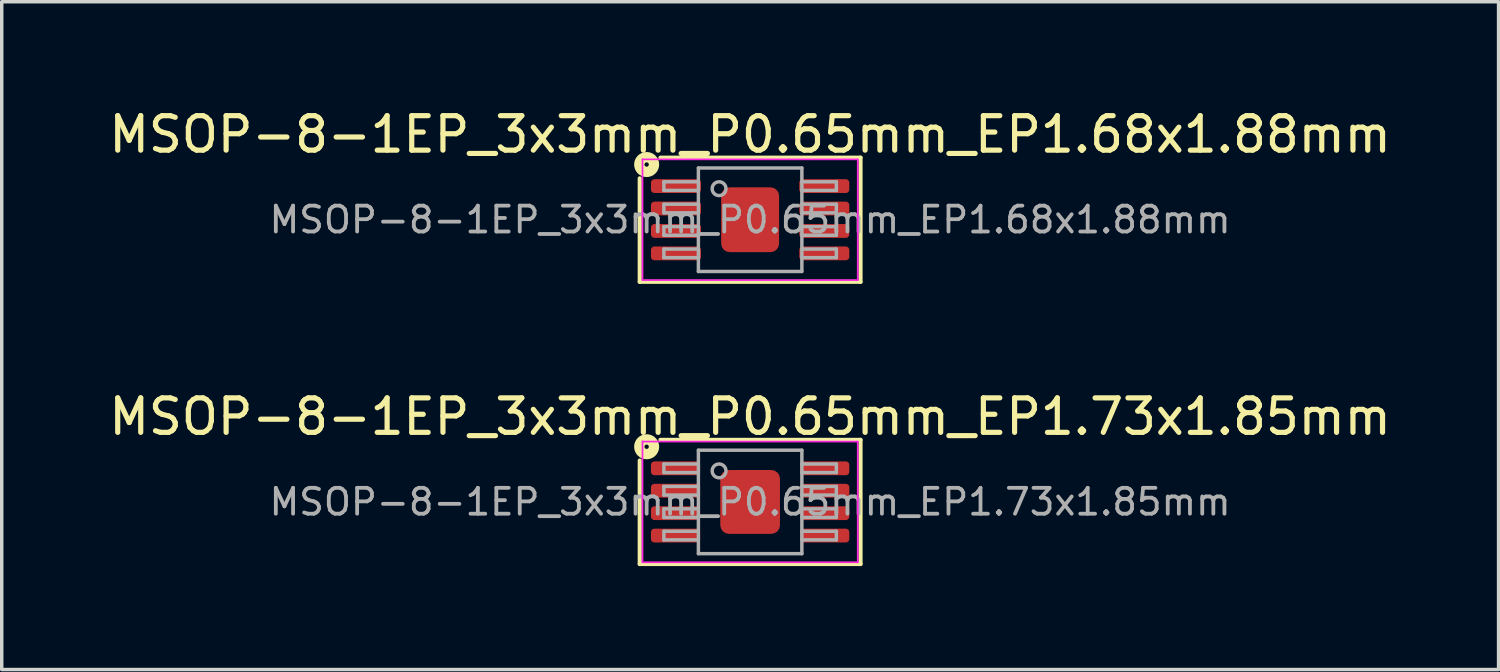
<source format=kicad_pcb>
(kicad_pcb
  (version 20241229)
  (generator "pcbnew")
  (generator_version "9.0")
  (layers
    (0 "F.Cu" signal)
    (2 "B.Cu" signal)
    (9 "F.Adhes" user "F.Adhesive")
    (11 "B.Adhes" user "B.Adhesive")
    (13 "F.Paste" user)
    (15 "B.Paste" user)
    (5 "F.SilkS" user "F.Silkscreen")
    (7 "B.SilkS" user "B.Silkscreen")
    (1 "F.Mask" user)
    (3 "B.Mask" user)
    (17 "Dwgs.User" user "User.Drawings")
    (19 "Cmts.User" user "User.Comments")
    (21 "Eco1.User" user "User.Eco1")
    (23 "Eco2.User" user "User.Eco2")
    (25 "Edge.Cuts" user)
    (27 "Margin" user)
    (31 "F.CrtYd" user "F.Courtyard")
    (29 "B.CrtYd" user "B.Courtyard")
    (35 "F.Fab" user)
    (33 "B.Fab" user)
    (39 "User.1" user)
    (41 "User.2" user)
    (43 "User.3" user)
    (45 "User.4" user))
  (footprint "MSOP-8-1EP_3x3mm_P0.65mm_EP1.68x1.88mm"
    (layer "F.Cu")
    (at 18.696 3.32)
    (property "Reference" "MSOP-8-1EP_3x3mm_P0.65mm_EP1.68x1.88mm" (at 0 -2.472 0) (layer "F.SilkS") (effects (font (size 1 1) (thickness 0.15))))
    (attr smd)
    (fp_line (start -3.2 1.8) (end -3.2 -1.2) (stroke (width 0.12) (type solid)) (layer "F.SilkS"))
    (fp_line (start -2.6 -1.8) (end 3.2 -1.8) (stroke (width 0.12) (type solid)) (layer "F.SilkS"))
    (fp_line (start 3.2 -1.8) (end 3.2 1.8) (stroke (width 0.12) (type solid)) (layer "F.SilkS"))
    (fp_line (start 3.2 1.8) (end -3.2 1.8) (stroke (width 0.12) (type solid)) (layer "F.SilkS"))
    (fp_circle (center -3 -1.6) (end -2.937 -1.6) (stroke (width 0.3) (type solid)) (fill no) (layer "F.SilkS"))
    (fp_line (start -3.12 -1.75) (end -3.12 1.75) (stroke (width 0.05) (type solid)) (layer "F.CrtYd"))
    (fp_line (start -3.12 1.75) (end 3.12 1.75) (stroke (width 0.05) (type solid)) (layer "F.CrtYd"))
    (fp_line (start 3.12 -1.75) (end -3.12 -1.75) (stroke (width 0.05) (type solid)) (layer "F.CrtYd"))
    (fp_line (start 3.12 1.75) (end 3.12 -1.75) (stroke (width 0.05) (type solid)) (layer "F.CrtYd"))
    (fp_line (start -2.5 -1.1) (end -2.5 -0.85) (stroke (width 0.1) (type solid)) (layer "F.Fab"))
    (fp_line (start -2.5 -1.1) (end -1.5 -1.1) (stroke (width 0.1) (type solid)) (layer "F.Fab"))
    (fp_line (start -2.5 -0.85) (end -1.5 -0.85) (stroke (width 0.1) (type solid)) (layer "F.Fab"))
    (fp_line (start -2.5 -0.45) (end -2.5 -0.2) (stroke (width 0.1) (type solid)) (layer "F.Fab"))
    (fp_line (start -2.5 -0.45) (end -1.5 -0.45) (stroke (width 0.1) (type solid)) (layer "F.Fab"))
    (fp_line (start -2.5 -0.2) (end -1.5 -0.2) (stroke (width 0.1) (type solid)) (layer "F.Fab"))
    (fp_line (start -2.5 0.2) (end -2.5 0.45) (stroke (width 0.1) (type solid)) (layer "F.Fab"))
    (fp_line (start -2.5 0.2) (end -1.5 0.2) (stroke (width 0.1) (type solid)) (layer "F.Fab"))
    (fp_line (start -2.5 0.45) (end -1.5 0.45) (stroke (width 0.1) (type solid)) (layer "F.Fab"))
    (fp_line (start -2.5 0.85) (end -2.5 1.1) (stroke (width 0.1) (type solid)) (layer "F.Fab"))
    (fp_line (start -2.5 0.85) (end -1.5 0.85) (stroke (width 0.1) (type solid)) (layer "F.Fab"))
    (fp_line (start -2.5 1.1) (end -1.5 1.1) (stroke (width 0.1) (type solid)) (layer "F.Fab"))
    (fp_line (start -1.5 -1.5) (end 1.5 -1.5) (stroke (width 0.1) (type solid)) (layer "F.Fab"))
    (fp_line (start -1.5 1.5) (end -1.5 -1.5) (stroke (width 0.1) (type solid)) (layer "F.Fab"))
    (fp_line (start 1.5 -1.5) (end 1.5 1.5) (stroke (width 0.1) (type solid)) (layer "F.Fab"))
    (fp_line (start 1.5 1.5) (end -1.5 1.5) (stroke (width 0.1) (type solid)) (layer "F.Fab"))
    (fp_line (start 2.5 -1.1) (end 1.5 -1.1) (stroke (width 0.1) (type solid)) (layer "F.Fab"))
    (fp_line (start 2.5 -0.85) (end 1.5 -0.85) (stroke (width 0.1) (type solid)) (layer "F.Fab"))
    (fp_line (start 2.5 -0.85) (end 2.5 -1.1) (stroke (width 0.1) (type solid)) (layer "F.Fab"))
    (fp_line (start 2.5 -0.45) (end 1.5 -0.45) (stroke (width 0.1) (type solid)) (layer "F.Fab"))
    (fp_line (start 2.5 -0.2) (end 1.5 -0.2) (stroke (width 0.1) (type solid)) (layer "F.Fab"))
    (fp_line (start 2.5 -0.2) (end 2.5 -0.45) (stroke (width 0.1) (type solid)) (layer "F.Fab"))
    (fp_line (start 2.5 0.2) (end 1.5 0.2) (stroke (width 0.1) (type solid)) (layer "F.Fab"))
    (fp_line (start 2.5 0.45) (end 1.5 0.45) (stroke (width 0.1) (type solid)) (layer "F.Fab"))
    (fp_line (start 2.5 0.45) (end 2.5 0.2) (stroke (width 0.1) (type solid)) (layer "F.Fab"))
    (fp_line (start 2.5 0.85) (end 1.5 0.85) (stroke (width 0.1) (type solid)) (layer "F.Fab"))
    (fp_line (start 2.5 1.1) (end 1.5 1.1) (stroke (width 0.1) (type solid)) (layer "F.Fab"))
    (fp_line (start 2.5 1.1) (end 2.5 0.85) (stroke (width 0.1) (type solid)) (layer "F.Fab"))
    (fp_circle (center -0.9 -0.9) (end -0.7 -0.9) (stroke (width 0.1) (type solid)) (fill no) (layer "F.Fab"))
    (fp_text user "${REFERENCE}" (at 0 0 0) (layer "F.Fab") (effects (font (size 0.75 0.75) (thickness 0.11))))
    (pad "" smd roundrect (at -0.42 -0.47) (size 0.68 0.76) (layers "F.Paste") (roundrect_rratio 0.25))
    (pad "" smd roundrect (at -0.42 0.47) (size 0.68 0.76) (layers "F.Paste") (roundrect_rratio 0.25))
    (pad "" smd roundrect (at 0.42 -0.47) (size 0.68 0.76) (layers "F.Paste") (roundrect_rratio 0.25))
    (pad "" smd roundrect (at 0.42 0.47) (size 0.68 0.76) (layers "F.Paste") (roundrect_rratio 0.25))
    (pad "1" smd roundrect (at -2.15 -0.975) (size 1.45 0.4) (layers "F.Cu" "F.Mask" "F.Paste") (roundrect_rratio 0.25))
    (pad "2" smd roundrect (at -2.15 -0.325) (size 1.45 0.4) (layers "F.Cu" "F.Mask" "F.Paste") (roundrect_rratio 0.25))
    (pad "3" smd roundrect (at -2.15 0.325) (size 1.45 0.4) (layers "F.Cu" "F.Mask" "F.Paste") (roundrect_rratio 0.25))
    (pad "4" smd roundrect (at -2.15 0.975) (size 1.45 0.4) (layers "F.Cu" "F.Mask" "F.Paste") (roundrect_rratio 0.25))
    (pad "5" smd roundrect (at 2.15 0.975) (size 1.45 0.4) (layers "F.Cu" "F.Mask" "F.Paste") (roundrect_rratio 0.25))
    (pad "6" smd roundrect (at 2.15 0.325) (size 1.45 0.4) (layers "F.Cu" "F.Mask" "F.Paste") (roundrect_rratio 0.25))
    (pad "7" smd roundrect (at 2.15 -0.325) (size 1.45 0.4) (layers "F.Cu" "F.Mask" "F.Paste") (roundrect_rratio 0.25))
    (pad "8" smd roundrect (at 2.15 -0.975) (size 1.45 0.4) (layers "F.Cu" "F.Mask" "F.Paste") (roundrect_rratio 0.25))
    (pad "9" smd roundrect (at 0 0) (size 1.68 1.88) (layers "F.Cu" "F.Mask") (roundrect_rratio 0.149)))
  (footprint "MSOP-8-1EP_3x3mm_P0.65mm_EP1.73x1.85mm"
    (layer "F.Cu")
    (at 18.696 11.501)
    (property "Reference" "MSOP-8-1EP_3x3mm_P0.65mm_EP1.73x1.85mm" (at 0 -2.472 0) (layer "F.SilkS") (effects (font (size 1 1) (thickness 0.15))))
    (attr smd)
    (fp_line (start -3.2 1.8) (end -3.2 -1.2) (stroke (width 0.12) (type solid)) (layer "F.SilkS"))
    (fp_line (start -2.6 -1.8) (end 3.2 -1.8) (stroke (width 0.12) (type solid)) (layer "F.SilkS"))
    (fp_line (start 3.2 -1.8) (end 3.2 1.8) (stroke (width 0.12) (type solid)) (layer "F.SilkS"))
    (fp_line (start 3.2 1.8) (end -3.2 1.8) (stroke (width 0.12) (type solid)) (layer "F.SilkS"))
    (fp_circle (center -3 -1.6) (end -2.937 -1.6) (stroke (width 0.3) (type solid)) (fill no) (layer "F.SilkS"))
    (fp_line (start -3.12 -1.75) (end -3.12 1.75) (stroke (width 0.05) (type solid)) (layer "F.CrtYd"))
    (fp_line (start -3.12 1.75) (end 3.12 1.75) (stroke (width 0.05) (type solid)) (layer "F.CrtYd"))
    (fp_line (start 3.12 -1.75) (end -3.12 -1.75) (stroke (width 0.05) (type solid)) (layer "F.CrtYd"))
    (fp_line (start 3.12 1.75) (end 3.12 -1.75) (stroke (width 0.05) (type solid)) (layer "F.CrtYd"))
    (fp_line (start -2.5 -1.1) (end -2.5 -0.85) (stroke (width 0.1) (type solid)) (layer "F.Fab"))
    (fp_line (start -2.5 -1.1) (end -1.5 -1.1) (stroke (width 0.1) (type solid)) (layer "F.Fab"))
    (fp_line (start -2.5 -0.85) (end -1.5 -0.85) (stroke (width 0.1) (type solid)) (layer "F.Fab"))
    (fp_line (start -2.5 -0.45) (end -2.5 -0.2) (stroke (width 0.1) (type solid)) (layer "F.Fab"))
    (fp_line (start -2.5 -0.45) (end -1.5 -0.45) (stroke (width 0.1) (type solid)) (layer "F.Fab"))
    (fp_line (start -2.5 -0.2) (end -1.5 -0.2) (stroke (width 0.1) (type solid)) (layer "F.Fab"))
    (fp_line (start -2.5 0.2) (end -2.5 0.45) (stroke (width 0.1) (type solid)) (layer "F.Fab"))
    (fp_line (start -2.5 0.2) (end -1.5 0.2) (stroke (width 0.1) (type solid)) (layer "F.Fab"))
    (fp_line (start -2.5 0.45) (end -1.5 0.45) (stroke (width 0.1) (type solid)) (layer "F.Fab"))
    (fp_line (start -2.5 0.85) (end -2.5 1.1) (stroke (width 0.1) (type solid)) (layer "F.Fab"))
    (fp_line (start -2.5 0.85) (end -1.5 0.85) (stroke (width 0.1) (type solid)) (layer "F.Fab"))
    (fp_line (start -2.5 1.1) (end -1.5 1.1) (stroke (width 0.1) (type solid)) (layer "F.Fab"))
    (fp_line (start -1.5 -1.5) (end 1.5 -1.5) (stroke (width 0.1) (type solid)) (layer "F.Fab"))
    (fp_line (start -1.5 1.5) (end -1.5 -1.5) (stroke (width 0.1) (type solid)) (layer "F.Fab"))
    (fp_line (start 1.5 -1.5) (end 1.5 1.5) (stroke (width 0.1) (type solid)) (layer "F.Fab"))
    (fp_line (start 1.5 1.5) (end -1.5 1.5) (stroke (width 0.1) (type solid)) (layer "F.Fab"))
    (fp_line (start 2.5 -1.1) (end 1.5 -1.1) (stroke (width 0.1) (type solid)) (layer "F.Fab"))
    (fp_line (start 2.5 -0.85) (end 1.5 -0.85) (stroke (width 0.1) (type solid)) (layer "F.Fab"))
    (fp_line (start 2.5 -0.85) (end 2.5 -1.1) (stroke (width 0.1) (type solid)) (layer "F.Fab"))
    (fp_line (start 2.5 -0.45) (end 1.5 -0.45) (stroke (width 0.1) (type solid)) (layer "F.Fab"))
    (fp_line (start 2.5 -0.2) (end 1.5 -0.2) (stroke (width 0.1) (type solid)) (layer "F.Fab"))
    (fp_line (start 2.5 -0.2) (end 2.5 -0.45) (stroke (width 0.1) (type solid)) (layer "F.Fab"))
    (fp_line (start 2.5 0.2) (end 1.5 0.2) (stroke (width 0.1) (type solid)) (layer "F.Fab"))
    (fp_line (start 2.5 0.45) (end 1.5 0.45) (stroke (width 0.1) (type solid)) (layer "F.Fab"))
    (fp_line (start 2.5 0.45) (end 2.5 0.2) (stroke (width 0.1) (type solid)) (layer "F.Fab"))
    (fp_line (start 2.5 0.85) (end 1.5 0.85) (stroke (width 0.1) (type solid)) (layer "F.Fab"))
    (fp_line (start 2.5 1.1) (end 1.5 1.1) (stroke (width 0.1) (type solid)) (layer "F.Fab"))
    (fp_line (start 2.5 1.1) (end 2.5 0.85) (stroke (width 0.1) (type solid)) (layer "F.Fab"))
    (fp_circle (center -0.9 -0.9) (end -0.7 -0.9) (stroke (width 0.1) (type solid)) (fill no) (layer "F.Fab"))
    (fp_text user "${REFERENCE}" (at 0 0 0) (layer "F.Fab") (effects (font (size 0.75 0.75) (thickness 0.11))))
    (pad "" smd roundrect (at -0.43 -0.46) (size 0.7 0.75) (layers "F.Paste") (roundrect_rratio 0.25))
    (pad "" smd roundrect (at -0.43 0.46) (size 0.7 0.75) (layers "F.Paste") (roundrect_rratio 0.25))
    (pad "" smd roundrect (at 0.43 -0.46) (size 0.7 0.75) (layers "F.Paste") (roundrect_rratio 0.25))
    (pad "" smd roundrect (at 0.43 0.46) (size 0.7 0.75) (layers "F.Paste") (roundrect_rratio 0.25))
    (pad "1" smd roundrect (at -2.163 -0.975) (size 1.425 0.4) (layers "F.Cu" "F.Mask" "F.Paste") (roundrect_rratio 0.25))
    (pad "2" smd roundrect (at -2.163 -0.325) (size 1.425 0.4) (layers "F.Cu" "F.Mask" "F.Paste") (roundrect_rratio 0.25))
    (pad "3" smd roundrect (at -2.163 0.325) (size 1.425 0.4) (layers "F.Cu" "F.Mask" "F.Paste") (roundrect_rratio 0.25))
    (pad "4" smd roundrect (at -2.163 0.975) (size 1.425 0.4) (layers "F.Cu" "F.Mask" "F.Paste") (roundrect_rratio 0.25))
    (pad "5" smd roundrect (at 2.163 0.975) (size 1.425 0.4) (layers "F.Cu" "F.Mask" "F.Paste") (roundrect_rratio 0.25))
    (pad "6" smd roundrect (at 2.163 0.325) (size 1.425 0.4) (layers "F.Cu" "F.Mask" "F.Paste") (roundrect_rratio 0.25))
    (pad "7" smd roundrect (at 2.163 -0.325) (size 1.425 0.4) (layers "F.Cu" "F.Mask" "F.Paste") (roundrect_rratio 0.25))
    (pad "8" smd roundrect (at 2.163 -0.975) (size 1.425 0.4) (layers "F.Cu" "F.Mask" "F.Paste") (roundrect_rratio 0.25))
    (pad "9" smd roundrect (at 0 0) (size 1.73 1.85) (layers "F.Cu" "F.Mask") (roundrect_rratio 0.145)))
  (gr_rect
    (start -3 -3)
    (end 40.393 16.36)
    (stroke (width 0.1) (type default))
    (fill no)
    (layer "Edge.Cuts")))
</source>
